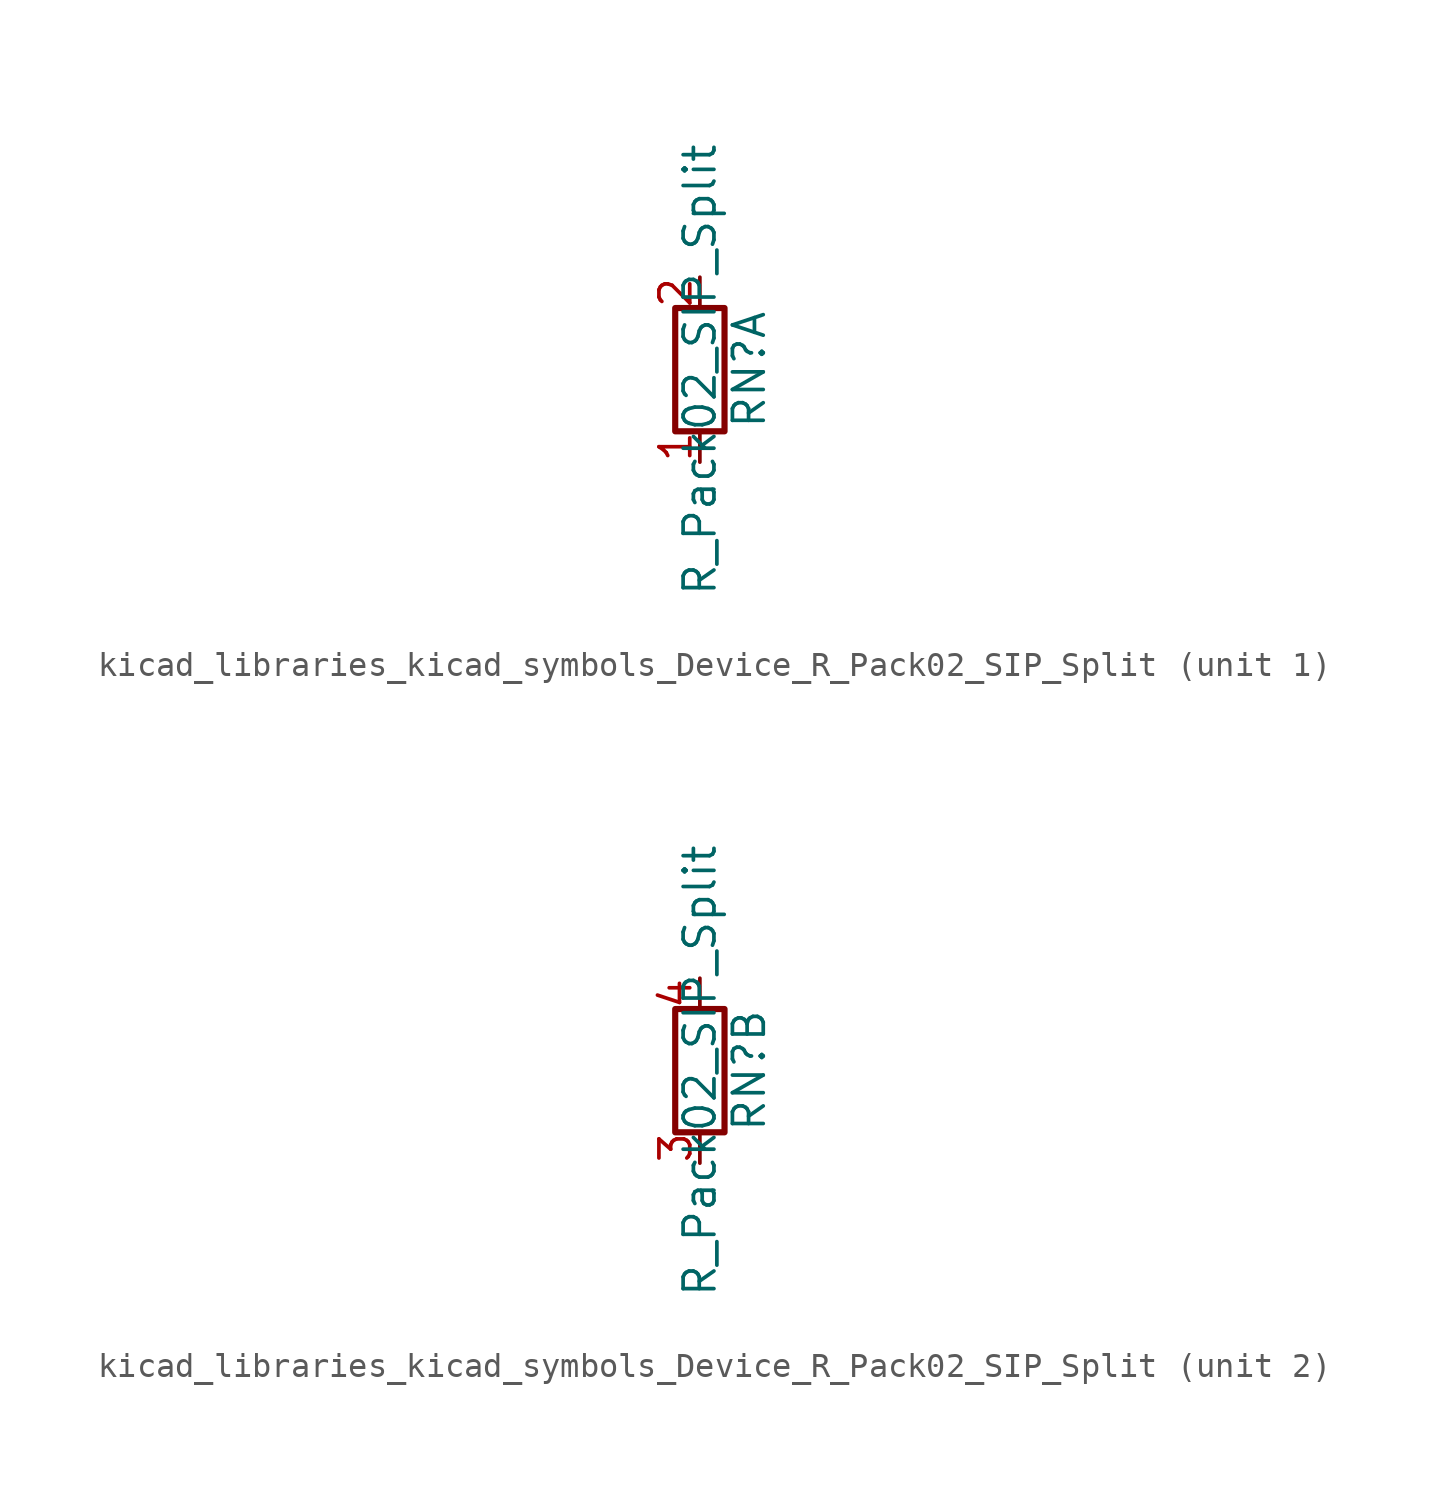
<source format=kicad_sym>
(kicad_symbol_lib
  (version 20220914)
  (generator kicad_symbol_editor)
  (symbol "kicad_libraries_kicad_symbols_Device_R_Pack02_SIP_Split"
    (pin_names
      (offset 0) hide)
    (property "Reference" "RN"
      (at 2.032 0 90)
      (effects (font (size 1.27 1.27))))
    (property "Value" "R_Pack02_SIP_Split"
      (at 0 0 90)
      (effects (font (size 1.27 1.27))))
    (symbol "kicad_libraries_kicad_symbols_Device_R_Pack02_SIP_Split_0_1"
      (rectangle (start 1.016 2.54) (end -1.016 -2.54) (stroke (width 0.254) (type default)) (fill (type none))))
    (symbol "kicad_libraries_kicad_symbols_Device_R_Pack02_SIP_Split_1_1"
      (pin passive line (at 0 -3.81 90) (length 1.27) (name "R1.1" (effects (font (size 1.27 1.27)))) (number "1" (effects (font (size 1.27 1.27)))))
      (pin passive line (at 0 3.81 270) (length 1.27) (name "R1.2" (effects (font (size 1.27 1.27)))) (number "2" (effects (font (size 1.27 1.27))))))
    (symbol "kicad_libraries_kicad_symbols_Device_R_Pack02_SIP_Split_2_1"
      (pin passive line (at 0 -3.81 90) (length 1.27) (name "R2.1" (effects (font (size 1.27 1.27)))) (number "3" (effects (font (size 1.27 1.27)))))
      (pin passive line (at 0 3.81 270) (length 1.27) (name "R2.2" (effects (font (size 1.27 1.27)))) (number "4" (effects (font (size 1.27 1.27))))))))
</source>
